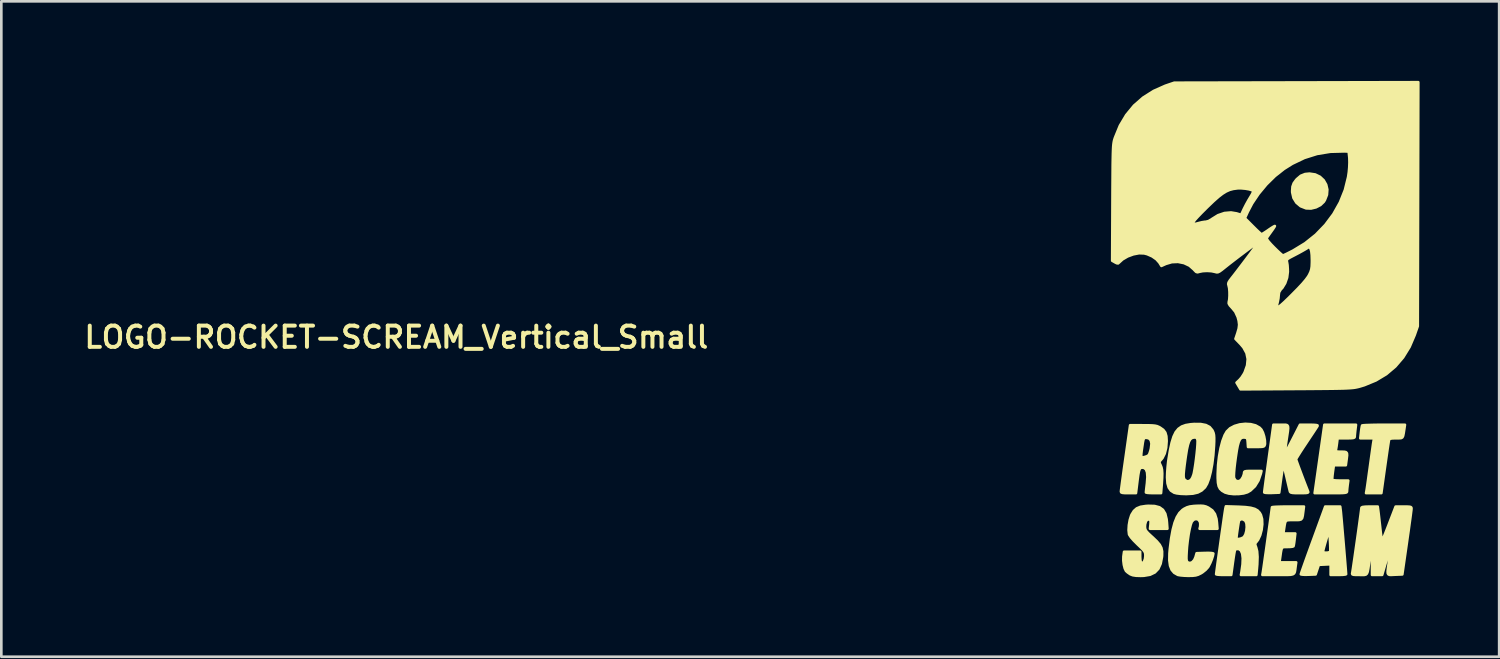
<source format=kicad_pcb>
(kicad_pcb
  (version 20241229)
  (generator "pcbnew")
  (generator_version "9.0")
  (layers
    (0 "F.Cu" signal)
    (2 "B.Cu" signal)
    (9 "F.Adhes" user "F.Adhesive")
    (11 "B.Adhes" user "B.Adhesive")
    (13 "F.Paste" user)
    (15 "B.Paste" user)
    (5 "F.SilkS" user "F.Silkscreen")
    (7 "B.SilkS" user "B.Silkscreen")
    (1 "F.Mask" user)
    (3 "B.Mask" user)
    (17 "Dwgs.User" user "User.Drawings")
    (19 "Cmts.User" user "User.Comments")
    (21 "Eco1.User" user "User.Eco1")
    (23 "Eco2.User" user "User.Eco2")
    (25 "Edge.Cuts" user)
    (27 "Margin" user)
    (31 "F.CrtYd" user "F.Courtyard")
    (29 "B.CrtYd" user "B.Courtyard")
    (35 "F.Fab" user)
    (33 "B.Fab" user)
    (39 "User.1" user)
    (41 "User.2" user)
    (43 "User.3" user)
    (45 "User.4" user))
  (footprint "LOGO-ROCKET-SCREAM_Vertical_Small"
    (layer "F.Cu")
    (at 44.663 9.667)
    (property "Reference" "LOGO-ROCKET-SCREAM_Vertical_Small" (at -32.766 0 0) (layer "F.SilkS") (effects (font (size 0.8 0.8) (thickness 0.15))))
    (attr through_hole)
    (fp_poly (pts (xy 2.34 -5.568) (xy 2.326 -5.371) (xy 2.249 -5.174) (xy 2.207 -5.107) (xy 2.081 -4.986) (xy 1.912 -4.899) (xy 1.725 -4.854) (xy 1.544 -4.861) (xy 1.537 -4.862) (xy 1.333 -4.942) (xy 1.174 -5.076) (xy 1.066 -5.252) (xy 1.018 -5.462) (xy 1.016 -5.514) (xy 1.028 -5.678) (xy 1.074 -5.807) (xy 1.165 -5.932) (xy 1.193 -5.963) (xy 1.34 -6.088) (xy 1.503 -6.153) (xy 1.669 -6.169) (xy 1.883 -6.137) (xy 2.063 -6.05) (xy 2.203 -5.919) (xy 2.297 -5.754) (xy 2.34 -5.568)) (stroke (width 0.1) (type solid)) (fill yes) (layer "F.SilkS"))
    (fp_poly (pts (xy 5.268 3.302) (xy 5.245 3.456) (xy 5.22 3.618) (xy 5.199 3.721) (xy 5.17 3.779) (xy 5.122 3.804) (xy 5.042 3.81) (xy 4.934 3.81) (xy 4.798 3.813) (xy 4.719 3.825) (xy 4.679 3.849) (xy 4.668 3.873) (xy 4.658 3.925) (xy 4.64 4.039) (xy 4.615 4.204) (xy 4.585 4.411) (xy 4.551 4.649) (xy 4.514 4.908) (xy 4.378 5.878) (xy 4.09 5.878) (xy 3.802 5.878) (xy 3.823 5.76) (xy 3.834 5.691) (xy 3.853 5.561) (xy 3.878 5.384) (xy 3.907 5.172) (xy 3.94 4.936) (xy 3.955 4.826) (xy 3.988 4.585) (xy 4.019 4.363) (xy 4.046 4.172) (xy 4.067 4.024) (xy 4.082 3.931) (xy 4.086 3.91) (xy 4.106 3.81) (xy 3.846 3.81) (xy 3.585 3.81) (xy 3.611 3.583) (xy 3.627 3.461) (xy 3.643 3.368) (xy 3.653 3.329) (xy 3.692 3.321) (xy 3.794 3.314) (xy 3.946 3.309) (xy 4.14 3.304) (xy 4.363 3.302) (xy 4.468 3.302) (xy 5.268 3.302)) (stroke (width 0.1) (type solid)) (fill yes) (layer "F.SilkS"))
    (fp_poly (pts (xy 3.421 3.302) (xy 3.398 3.493) (xy 3.385 3.614) (xy 3.376 3.712) (xy 3.375 3.747) (xy 3.367 3.777) (xy 3.333 3.796) (xy 3.261 3.806) (xy 3.136 3.81) (xy 3.051 3.81) (xy 2.728 3.81) (xy 2.704 4) (xy 2.687 4.122) (xy 2.67 4.221) (xy 2.662 4.255) (xy 2.661 4.29) (xy 2.692 4.309) (xy 2.771 4.317) (xy 2.864 4.318) (xy 2.977 4.32) (xy 3.046 4.334) (xy 3.08 4.374) (xy 3.086 4.453) (xy 3.071 4.585) (xy 3.061 4.658) (xy 3.038 4.826) (xy 2.812 4.826) (xy 2.587 4.826) (xy 2.55 5.089) (xy 2.534 5.221) (xy 2.526 5.324) (xy 2.528 5.377) (xy 2.529 5.379) (xy 2.57 5.392) (xy 2.665 5.402) (xy 2.796 5.406) (xy 2.837 5.407) (xy 3.13 5.407) (xy 3.107 5.575) (xy 3.093 5.692) (xy 3.085 5.787) (xy 3.084 5.811) (xy 3.08 5.836) (xy 3.06 5.853) (xy 3.014 5.865) (xy 2.933 5.873) (xy 2.806 5.877) (xy 2.622 5.878) (xy 2.474 5.878) (xy 1.864 5.878) (xy 2.047 4.59) (xy 2.23 3.302) (xy 2.826 3.302) (xy 3.421 3.302)) (stroke (width 0.1) (type solid)) (fill yes) (layer "F.SilkS"))
    (fp_poly (pts (xy 3.048 8.936) (xy 3.015 8.948) (xy 2.926 8.958) (xy 2.799 8.962) (xy 2.758 8.963) (xy 2.467 8.963) (xy 2.467 8.761) (xy 2.467 8.56) (xy 2.455 8.561) (xy 2.455 8.03) (xy 2.454 7.921) (xy 2.448 7.774) (xy 2.44 7.64) (xy 2.413 7.243) (xy 2.295 7.646) (xy 2.248 7.809) (xy 2.21 7.948) (xy 2.185 8.047) (xy 2.177 8.089) (xy 2.208 8.116) (xy 2.279 8.127) (xy 2.363 8.122) (xy 2.43 8.103) (xy 2.45 8.083) (xy 2.455 8.03) (xy 2.455 8.561) (xy 2.244 8.571) (xy 2.02 8.582) (xy 1.959 8.763) (xy 1.899 8.944) (xy 1.621 8.955) (xy 1.489 8.957) (xy 1.391 8.951) (xy 1.344 8.941) (xy 1.343 8.937) (xy 1.355 8.898) (xy 1.389 8.798) (xy 1.443 8.646) (xy 1.513 8.448) (xy 1.597 8.214) (xy 1.693 7.949) (xy 1.797 7.663) (xy 1.803 7.648) (xy 2.263 6.386) (xy 2.544 6.386) (xy 2.826 6.386) (xy 2.846 6.54) (xy 2.853 6.604) (xy 2.864 6.727) (xy 2.88 6.899) (xy 2.898 7.108) (xy 2.918 7.345) (xy 2.94 7.599) (xy 2.962 7.858) (xy 2.983 8.112) (xy 3.003 8.35) (xy 3.02 8.562) (xy 3.034 8.736) (xy 3.043 8.862) (xy 3.048 8.93) (xy 3.048 8.936)) (stroke (width 0.1) (type solid)) (fill yes) (layer "F.SilkS"))
    (fp_poly (pts (xy 1.458 6.386) (xy 1.434 6.577) (xy 1.414 6.728) (xy 1.391 6.821) (xy 1.35 6.871) (xy 1.274 6.891) (xy 1.148 6.894) (xy 1.071 6.894) (xy 0.929 6.894) (xy 0.837 6.9) (xy 0.782 6.926) (xy 0.751 6.985) (xy 0.73 7.09) (xy 0.706 7.248) (xy 0.683 7.402) (xy 0.908 7.402) (xy 1.132 7.402) (xy 1.106 7.629) (xy 1.09 7.752) (xy 1.075 7.844) (xy 1.064 7.883) (xy 1.022 7.898) (xy 0.93 7.908) (xy 0.836 7.91) (xy 0.742 7.91) (xy 0.678 7.916) (xy 0.637 7.942) (xy 0.611 7.999) (xy 0.591 8.099) (xy 0.569 8.255) (xy 0.56 8.319) (xy 0.536 8.491) (xy 0.851 8.491) (xy 1.166 8.491) (xy 1.142 8.663) (xy 1.128 8.773) (xy 1.114 8.852) (xy 1.089 8.905) (xy 1.041 8.938) (xy 0.961 8.956) (xy 0.838 8.962) (xy 0.661 8.963) (xy 0.488 8.963) (xy -0.107 8.963) (xy -0.089 8.863) (xy -0.08 8.801) (xy -0.062 8.682) (xy -0.038 8.513) (xy -0.009 8.307) (xy 0.025 8.073) (xy 0.06 7.822) (xy 0.096 7.564) (xy 0.132 7.308) (xy 0.166 7.066) (xy 0.196 6.847) (xy 0.221 6.663) (xy 0.24 6.522) (xy 0.252 6.435) (xy 0.254 6.413) (xy 0.288 6.404) (xy 0.383 6.396) (xy 0.527 6.391) (xy 0.707 6.387) (xy 0.856 6.386) (xy 1.458 6.386)) (stroke (width 0.1) (type solid)) (fill yes) (layer "F.SilkS"))
    (fp_poly (pts (xy -1.804 7.221) (xy -2.14 7.221) (xy -2.475 7.221) (xy -2.453 7.133) (xy -2.449 7.03) (xy -2.466 6.951) (xy -2.526 6.875) (xy -2.612 6.852) (xy -2.702 6.881) (xy -2.773 6.961) (xy -2.812 7.068) (xy -2.852 7.232) (xy -2.891 7.437) (xy -2.924 7.667) (xy -2.951 7.907) (xy -2.963 8.074) (xy -2.972 8.244) (xy -2.973 8.356) (xy -2.964 8.426) (xy -2.944 8.468) (xy -2.923 8.49) (xy -2.841 8.518) (xy -2.755 8.486) (xy -2.678 8.403) (xy -2.628 8.29) (xy -2.588 8.146) (xy -2.274 8.136) (xy -2.133 8.134) (xy -2.025 8.14) (xy -1.966 8.151) (xy -1.959 8.157) (xy -1.976 8.248) (xy -2.017 8.376) (xy -2.073 8.512) (xy -2.134 8.632) (xy -2.158 8.671) (xy -2.248 8.77) (xy -2.368 8.866) (xy -2.428 8.903) (xy -2.53 8.953) (xy -2.625 8.981) (xy -2.74 8.994) (xy -2.902 8.997) (xy -2.908 8.997) (xy -3.061 8.991) (xy -3.196 8.979) (xy -3.288 8.963) (xy -3.302 8.958) (xy -3.434 8.882) (xy -3.529 8.77) (xy -3.589 8.616) (xy -3.616 8.412) (xy -3.612 8.152) (xy -3.596 7.973) (xy -3.547 7.583) (xy -3.488 7.259) (xy -3.418 6.996) (xy -3.335 6.788) (xy -3.237 6.629) (xy -3.121 6.513) (xy -3.058 6.47) (xy -2.95 6.416) (xy -2.838 6.383) (xy -2.694 6.365) (xy -2.598 6.359) (xy -2.439 6.355) (xy -2.326 6.362) (xy -2.235 6.386) (xy -2.142 6.429) (xy -1.996 6.531) (xy -1.898 6.667) (xy -1.841 6.849) (xy -1.823 6.987) (xy -1.804 7.221)) (stroke (width 0.1) (type solid)) (fill yes) (layer "F.SilkS"))
    (fp_poly (pts (xy -0.01 4.019) (xy -0.015 4.048) (xy -0.03 4.091) (xy -0.058 4.117) (xy -0.115 4.131) (xy -0.216 4.136) (xy -0.343 4.137) (xy -0.649 4.137) (xy -0.66 3.964) (xy -0.67 3.86) (xy -0.692 3.807) (xy -0.74 3.786) (xy -0.787 3.781) (xy -0.856 3.782) (xy -0.913 3.806) (xy -0.96 3.861) (xy -1.001 3.953) (xy -1.039 4.089) (xy -1.075 4.278) (xy -1.112 4.526) (xy -1.142 4.749) (xy -1.163 4.931) (xy -1.177 5.096) (xy -1.183 5.225) (xy -1.179 5.301) (xy -1.179 5.301) (xy -1.129 5.396) (xy -1.042 5.434) (xy -0.965 5.421) (xy -0.9 5.366) (xy -0.84 5.27) (xy -0.803 5.163) (xy -0.798 5.118) (xy -0.793 5.083) (xy -0.769 5.061) (xy -0.711 5.049) (xy -0.607 5.044) (xy -0.471 5.044) (xy -0.144 5.044) (xy -0.167 5.144) (xy -0.256 5.404) (xy -0.388 5.619) (xy -0.558 5.78) (xy -0.671 5.846) (xy -0.815 5.889) (xy -0.997 5.912) (xy -1.19 5.915) (xy -1.37 5.896) (xy -1.509 5.857) (xy -1.521 5.851) (xy -1.63 5.787) (xy -1.706 5.714) (xy -1.755 5.619) (xy -1.782 5.488) (xy -1.792 5.307) (xy -1.792 5.159) (xy -1.777 4.821) (xy -1.74 4.493) (xy -1.685 4.188) (xy -1.615 3.918) (xy -1.531 3.696) (xy -1.451 3.556) (xy -1.327 3.435) (xy -1.158 3.346) (xy -0.962 3.289) (xy -0.753 3.267) (xy -0.548 3.279) (xy -0.364 3.326) (xy -0.215 3.41) (xy -0.146 3.482) (xy -0.088 3.595) (xy -0.042 3.742) (xy -0.014 3.893) (xy -0.01 4.019)) (stroke (width 0.1) (type solid)) (fill yes) (layer "F.SilkS"))
    (fp_poly (pts (xy -1.926 3.795) (xy -1.927 3.94) (xy -1.934 4.098) (xy -1.96 4.451) (xy -2.001 4.78) (xy -2.055 5.074) (xy -2.119 5.325) (xy -2.193 5.524) (xy -2.272 5.659) (xy -2.276 5.663) (xy -2.398 5.778) (xy -2.544 5.855) (xy -2.55 5.856) (xy -2.55 3.916) (xy -2.554 3.87) (xy -2.582 3.8) (xy -2.634 3.778) (xy -2.695 3.781) (xy -2.767 3.799) (xy -2.825 3.846) (xy -2.874 3.929) (xy -2.916 4.056) (xy -2.956 4.236) (xy -2.995 4.477) (xy -3.01 4.581) (xy -3.044 4.83) (xy -3.066 5.017) (xy -3.078 5.154) (xy -3.079 5.249) (xy -3.07 5.314) (xy -3.05 5.358) (xy -3.027 5.386) (xy -2.941 5.438) (xy -2.853 5.419) (xy -2.798 5.374) (xy -2.749 5.298) (xy -2.706 5.184) (xy -2.692 5.129) (xy -2.663 4.974) (xy -2.634 4.787) (xy -2.607 4.584) (xy -2.583 4.38) (xy -2.564 4.19) (xy -2.553 4.031) (xy -2.55 3.916) (xy -2.55 5.856) (xy -2.729 5.898) (xy -2.967 5.912) (xy -2.994 5.912) (xy -3.187 5.905) (xy -3.343 5.886) (xy -3.437 5.861) (xy -3.558 5.784) (xy -3.639 5.67) (xy -3.685 5.51) (xy -3.701 5.292) (xy -3.701 5.27) (xy -3.695 5.095) (xy -3.679 4.884) (xy -3.656 4.674) (xy -3.645 4.599) (xy -3.588 4.253) (xy -3.527 3.972) (xy -3.458 3.75) (xy -3.376 3.58) (xy -3.275 3.456) (xy -3.151 3.369) (xy -2.998 3.314) (xy -2.812 3.283) (xy -2.682 3.273) (xy -2.432 3.275) (xy -2.24 3.312) (xy -2.098 3.386) (xy -2 3.501) (xy -1.979 3.54) (xy -1.95 3.612) (xy -1.933 3.691) (xy -1.926 3.795)) (stroke (width 0.1) (type solid)) (fill yes) (layer "F.SilkS"))
    (fp_poly (pts (xy -3.691 7.221) (xy -4.018 7.221) (xy -4.345 7.221) (xy -4.327 7.058) (xy -4.321 6.952) (xy -4.336 6.896) (xy -4.373 6.871) (xy -4.445 6.875) (xy -4.5 6.94) (xy -4.531 7.055) (xy -4.536 7.133) (xy -4.533 7.204) (xy -4.516 7.263) (xy -4.478 7.323) (xy -4.407 7.399) (xy -4.294 7.504) (xy -4.248 7.545) (xy -4.088 7.698) (xy -3.98 7.826) (xy -3.917 7.946) (xy -3.89 8.075) (xy -3.891 8.23) (xy -3.896 8.287) (xy -3.944 8.538) (xy -4.031 8.731) (xy -4.163 8.868) (xy -4.343 8.955) (xy -4.577 8.995) (xy -4.698 8.999) (xy -4.873 8.993) (xy -4.996 8.974) (xy -5.086 8.939) (xy -5.098 8.932) (xy -5.186 8.871) (xy -5.249 8.815) (xy -5.251 8.813) (xy -5.297 8.719) (xy -5.332 8.581) (xy -5.351 8.424) (xy -5.349 8.276) (xy -5.347 8.257) (xy -5.324 8.092) (xy -5.021 8.092) (xy -4.717 8.092) (xy -4.717 8.289) (xy -4.71 8.403) (xy -4.693 8.486) (xy -4.677 8.511) (xy -4.62 8.513) (xy -4.568 8.457) (xy -4.533 8.358) (xy -4.521 8.257) (xy -4.522 8.183) (xy -4.533 8.123) (xy -4.565 8.065) (xy -4.625 7.994) (xy -4.724 7.896) (xy -4.815 7.81) (xy -4.959 7.666) (xy -5.066 7.544) (xy -5.127 7.452) (xy -5.137 7.426) (xy -5.153 7.273) (xy -5.142 7.084) (xy -5.108 6.891) (xy -5.055 6.723) (xy -5.039 6.687) (xy -4.953 6.55) (xy -4.846 6.455) (xy -4.703 6.396) (xy -4.511 6.366) (xy -4.412 6.359) (xy -4.172 6.366) (xy -3.99 6.414) (xy -3.858 6.509) (xy -3.77 6.656) (xy -3.721 6.861) (xy -3.709 6.97) (xy -3.691 7.221)) (stroke (width 0.1) (type solid)) (fill yes) (layer "F.SilkS"))
    (fp_poly (pts (xy -0.113 7.055) (xy -0.138 7.265) (xy -0.192 7.467) (xy -0.271 7.637) (xy -0.329 7.713) (xy -0.373 7.769) (xy -0.38 7.821) (xy -0.353 7.902) (xy -0.345 7.921) (xy -0.307 8.072) (xy -0.292 8.284) (xy -0.301 8.561) (xy -0.314 8.718) (xy -0.337 8.963) (xy -0.626 8.963) (xy -0.697 8.963) (xy -0.697 7.163) (xy -0.706 7.029) (xy -0.742 6.933) (xy -0.749 6.924) (xy -0.832 6.868) (xy -0.916 6.861) (xy -0.979 6.901) (xy -0.996 6.94) (xy -1.011 7.022) (xy -1.03 7.144) (xy -1.051 7.284) (xy -1.07 7.419) (xy -1.083 7.527) (xy -1.089 7.586) (xy -1.06 7.61) (xy -0.99 7.609) (xy -0.904 7.588) (xy -0.828 7.552) (xy -0.805 7.534) (xy -0.749 7.44) (xy -0.712 7.308) (xy -0.697 7.163) (xy -0.697 8.963) (xy -0.915 8.963) (xy -0.894 8.845) (xy -0.855 8.565) (xy -0.846 8.336) (xy -0.867 8.16) (xy -0.917 8.043) (xy -0.996 7.987) (xy -1.03 7.983) (xy -1.106 7.994) (xy -1.139 8.013) (xy -1.151 8.059) (xy -1.17 8.161) (xy -1.193 8.307) (xy -1.218 8.48) (xy -1.221 8.503) (xy -1.284 8.963) (xy -1.568 8.963) (xy -1.7 8.96) (xy -1.8 8.952) (xy -1.848 8.941) (xy -1.851 8.938) (xy -1.846 8.893) (xy -1.832 8.786) (xy -1.811 8.628) (xy -1.784 8.43) (xy -1.752 8.2) (xy -1.717 7.951) (xy -1.681 7.691) (xy -1.645 7.432) (xy -1.609 7.183) (xy -1.577 6.956) (xy -1.549 6.76) (xy -1.526 6.605) (xy -1.51 6.502) (xy -1.504 6.464) (xy -1.484 6.378) (xy -1.005 6.393) (xy -0.744 6.407) (xy -0.545 6.433) (xy -0.396 6.474) (xy -0.288 6.535) (xy -0.21 6.619) (xy -0.164 6.699) (xy -0.12 6.858) (xy -0.113 7.055)) (stroke (width 0.1) (type solid)) (fill yes) (layer "F.SilkS"))
    (fp_poly (pts (xy 1.973 3.347) (xy 1.973 3.347) (xy 1.945 3.391) (xy 1.884 3.484) (xy 1.796 3.618) (xy 1.687 3.781) (xy 1.565 3.965) (xy 1.554 3.982) (xy 1.432 4.165) (xy 1.326 4.328) (xy 1.242 4.462) (xy 1.185 4.556) (xy 1.161 4.601) (xy 1.161 4.602) (xy 1.173 4.643) (xy 1.207 4.738) (xy 1.257 4.876) (xy 1.32 5.044) (xy 1.389 5.229) (xy 1.461 5.419) (xy 1.531 5.6) (xy 1.594 5.761) (xy 1.615 5.815) (xy 1.621 5.844) (xy 1.601 5.863) (xy 1.544 5.873) (xy 1.437 5.877) (xy 1.294 5.878) (xy 1.131 5.877) (xy 1.026 5.87) (xy 0.966 5.856) (xy 0.938 5.832) (xy 0.931 5.815) (xy 0.916 5.755) (xy 0.889 5.642) (xy 0.854 5.492) (xy 0.817 5.334) (xy 0.777 5.163) (xy 0.741 5.012) (xy 0.713 4.899) (xy 0.698 4.844) (xy 0.685 4.851) (xy 0.666 4.921) (xy 0.641 5.046) (xy 0.614 5.218) (xy 0.6 5.316) (xy 0.526 5.86) (xy 0.245 5.871) (xy 0.112 5.872) (xy 0.013 5.867) (xy -0.036 5.856) (xy -0.038 5.853) (xy -0.034 5.811) (xy -0.021 5.706) (xy 0.000173 5.546) (xy 0.028 5.339) (xy 0.061 5.094) (xy 0.099 4.819) (xy 0.134 4.563) (xy 0.308 3.302) (xy 0.59 3.302) (xy 0.7 3.301) (xy 0.779 3.303) (xy 0.83 3.319) (xy 0.857 3.36) (xy 0.863 3.435) (xy 0.851 3.554) (xy 0.825 3.727) (xy 0.799 3.9) (xy 0.774 4.075) (xy 0.755 4.223) (xy 0.743 4.329) (xy 0.74 4.379) (xy 0.741 4.381) (xy 0.76 4.355) (xy 0.807 4.273) (xy 0.875 4.148) (xy 0.958 3.989) (xy 1.031 3.847) (xy 1.31 3.302) (xy 1.655 3.302) (xy 1.82 3.304) (xy 1.922 3.312) (xy 1.97 3.325) (xy 1.973 3.347)) (stroke (width 0.1) (type solid)) (fill yes) (layer "F.SilkS"))
    (fp_poly (pts (xy -3.719 3.915) (xy -3.738 4.169) (xy -3.792 4.387) (xy -3.876 4.555) (xy -3.915 4.603) (xy -3.975 4.671) (xy -3.99 4.722) (xy -3.965 4.79) (xy -3.946 4.828) (xy -3.913 4.91) (xy -3.893 5.009) (xy -3.885 5.137) (xy -3.889 5.309) (xy -3.903 5.536) (xy -3.906 5.579) (xy -3.93 5.878) (xy -4.215 5.878) (xy -4.289 5.876) (xy -4.289 4.014) (xy -4.316 3.885) (xy -4.388 3.811) (xy -4.482 3.792) (xy -4.536 3.795) (xy -4.57 3.813) (xy -4.593 3.86) (xy -4.613 3.953) (xy -4.632 4.082) (xy -4.66 4.272) (xy -4.675 4.401) (xy -4.676 4.48) (xy -4.661 4.52) (xy -4.629 4.531) (xy -4.578 4.524) (xy -4.563 4.521) (xy -4.467 4.491) (xy -4.4 4.452) (xy -4.4 4.452) (xy -4.367 4.392) (xy -4.332 4.288) (xy -4.31 4.196) (xy -4.289 4.014) (xy -4.289 5.876) (xy -4.348 5.875) (xy -4.448 5.867) (xy -4.497 5.855) (xy -4.499 5.851) (xy -4.495 5.805) (xy -4.484 5.705) (xy -4.468 5.57) (xy -4.461 5.515) (xy -4.443 5.273) (xy -4.456 5.094) (xy -4.501 4.978) (xy -4.578 4.923) (xy -4.624 4.917) (xy -4.675 4.921) (xy -4.713 4.939) (xy -4.742 4.983) (xy -4.766 5.061) (xy -4.789 5.186) (xy -4.813 5.366) (xy -4.829 5.495) (xy -4.876 5.878) (xy -5.159 5.878) (xy -5.303 5.876) (xy -5.388 5.868) (xy -5.43 5.851) (xy -5.441 5.821) (xy -5.441 5.815) (xy -5.436 5.765) (xy -5.421 5.652) (xy -5.399 5.485) (xy -5.37 5.272) (xy -5.336 5.023) (xy -5.297 4.747) (xy -5.267 4.536) (xy -5.095 3.32) (xy -4.607 3.321) (xy -4.405 3.322) (xy -4.26 3.327) (xy -4.158 3.337) (xy -4.081 3.354) (xy -4.015 3.382) (xy -3.968 3.407) (xy -3.846 3.493) (xy -3.769 3.595) (xy -3.73 3.731) (xy -3.719 3.915)) (stroke (width 0.1) (type solid)) (fill yes) (layer "F.SilkS"))
    (fp_poly (pts (xy 5.514 6.468) (xy 5.509 6.523) (xy 5.494 6.64) (xy 5.472 6.811) (xy 5.442 7.026) (xy 5.408 7.277) (xy 5.368 7.554) (xy 5.341 7.747) (xy 5.169 8.944) (xy 4.889 8.955) (xy 4.777 8.961) (xy 4.698 8.961) (xy 4.647 8.946) (xy 4.621 8.906) (xy 4.616 8.83) (xy 4.629 8.709) (xy 4.655 8.532) (xy 4.678 8.382) (xy 4.702 8.21) (xy 4.722 8.066) (xy 4.733 7.965) (xy 4.736 7.919) (xy 4.736 7.918) (xy 4.722 7.946) (xy 4.691 8.033) (xy 4.647 8.168) (xy 4.592 8.342) (xy 4.532 8.542) (xy 4.475 8.736) (xy 4.409 8.962) (xy 4.218 8.963) (xy 4.028 8.963) (xy 4.028 8.43) (xy 4.027 8.245) (xy 4.024 8.089) (xy 4.02 7.976) (xy 4.015 7.918) (xy 4.013 7.913) (xy 4.002 7.953) (xy 3.984 8.05) (xy 3.962 8.189) (xy 3.939 8.346) (xy 3.908 8.57) (xy 3.884 8.733) (xy 3.862 8.844) (xy 3.834 8.912) (xy 3.796 8.949) (xy 3.74 8.963) (xy 3.661 8.964) (xy 3.553 8.963) (xy 3.552 8.963) (xy 3.409 8.962) (xy 3.325 8.956) (xy 3.286 8.941) (xy 3.277 8.913) (xy 3.283 8.881) (xy 3.292 8.826) (xy 3.31 8.711) (xy 3.334 8.546) (xy 3.364 8.342) (xy 3.397 8.109) (xy 3.433 7.857) (xy 3.47 7.597) (xy 3.506 7.34) (xy 3.54 7.095) (xy 3.57 6.874) (xy 3.596 6.685) (xy 3.615 6.541) (xy 3.626 6.452) (xy 3.629 6.427) (xy 3.664 6.404) (xy 3.77 6.391) (xy 3.935 6.386) (xy 4.241 6.386) (xy 4.262 6.54) (xy 4.274 6.635) (xy 4.291 6.783) (xy 4.311 6.964) (xy 4.333 7.159) (xy 4.335 7.18) (xy 4.355 7.359) (xy 4.374 7.51) (xy 4.389 7.621) (xy 4.4 7.676) (xy 4.401 7.679) (xy 4.418 7.652) (xy 4.456 7.566) (xy 4.512 7.433) (xy 4.58 7.262) (xy 4.658 7.063) (xy 4.666 7.041) (xy 4.917 6.388) (xy 5.216 6.387) (xy 5.363 6.388) (xy 5.452 6.394) (xy 5.497 6.408) (xy 5.513 6.436) (xy 5.514 6.468)) (stroke (width 0.1) (type solid)) (fill yes) (layer "F.SilkS"))
    (fp_poly (pts (xy 5.771 -9.617) (xy 5.761 -5.017) (xy 5.751 -0.417) (xy 5.633 -0.078) (xy 5.443 0.366) (xy 5.2 0.76) (xy 4.907 1.102) (xy 4.565 1.392) (xy 4.174 1.627) (xy 3.738 1.807) (xy 3.574 1.857) (xy 3.511 1.874) (xy 3.449 1.888) (xy 3.382 1.901) (xy 3.304 1.911) (xy 3.209 1.919) (xy 3.176 1.921) (xy 3.176 -6.593) (xy 3.172 -6.749) (xy 3.17 -6.78) (xy 3.147 -7.003) (xy 2.979 -7.009) (xy 2.454 -6.995) (xy 1.954 -6.913) (xy 1.476 -6.762) (xy 1.017 -6.542) (xy 0.708 -6.348) (xy 0.367 -6.079) (xy 0.043 -5.76) (xy -0.25 -5.407) (xy -0.453 -5.105) (xy -0.453 -5.514) (xy -0.507 -5.548) (xy -0.613 -5.579) (xy -0.751 -5.603) (xy -0.899 -5.616) (xy -1.037 -5.616) (xy -1.054 -5.614) (xy -1.204 -5.594) (xy -1.341 -5.558) (xy -1.474 -5.499) (xy -1.614 -5.412) (xy -1.771 -5.291) (xy -1.954 -5.128) (xy -2.173 -4.918) (xy -2.217 -4.875) (xy -2.41 -4.682) (xy -2.553 -4.533) (xy -2.651 -4.424) (xy -2.706 -4.351) (xy -2.723 -4.308) (xy -2.72 -4.298) (xy -2.68 -4.274) (xy -2.61 -4.279) (xy -2.515 -4.304) (xy -2.39 -4.335) (xy -2.275 -4.353) (xy -2.242 -4.354) (xy -2.138 -4.38) (xy -2.021 -4.447) (xy -2.003 -4.462) (xy -1.779 -4.601) (xy -1.537 -4.683) (xy -1.291 -4.704) (xy -1.081 -4.669) (xy -0.91 -4.616) (xy -0.804 -4.844) (xy -0.723 -5.003) (xy -0.628 -5.174) (xy -0.566 -5.277) (xy -0.502 -5.385) (xy -0.461 -5.47) (xy -0.453 -5.514) (xy -0.453 -5.105) (xy -0.497 -5.038) (xy -0.656 -4.735) (xy -0.768 -4.489) (xy -0.466 -4.186) (xy -0.346 -4.067) (xy -0.244 -3.97) (xy -0.171 -3.905) (xy -0.139 -3.883) (xy -0.098 -3.902) (xy -0.015 -3.954) (xy 0.095 -4.027) (xy 0.125 -4.049) (xy 0.235 -4.123) (xy 0.318 -4.174) (xy 0.36 -4.194) (xy 0.363 -4.192) (xy 0.343 -4.154) (xy 0.291 -4.075) (xy 0.224 -3.981) (xy 0.148 -3.875) (xy 0.086 -3.787) (xy 0.057 -3.743) (xy 0.063 -3.698) (xy 0.118 -3.618) (xy 0.224 -3.498) (xy 0.33 -3.389) (xy 0.451 -3.27) (xy 0.555 -3.173) (xy 0.631 -3.107) (xy 0.666 -3.084) (xy 0.71 -3.1) (xy 0.803 -3.143) (xy 0.931 -3.207) (xy 1.056 -3.271) (xy 1.504 -3.544) (xy 1.909 -3.868) (xy 2.265 -4.237) (xy 2.57 -4.645) (xy 2.818 -5.086) (xy 3.005 -5.553) (xy 3.126 -6.041) (xy 3.153 -6.226) (xy 3.169 -6.407) (xy 3.176 -6.593) (xy 3.176 1.921) (xy 3.09 1.926) (xy 2.941 1.932) (xy 2.756 1.936) (xy 2.528 1.94) (xy 2.251 1.943) (xy 1.92 1.946) (xy 1.76 1.947) (xy 1.76 -2.903) (xy 1.754 -3.099) (xy 1.738 -3.245) (xy 1.713 -3.33) (xy 1.666 -3.413) (xy 1.513 -3.319) (xy 1.407 -3.258) (xy 1.264 -3.179) (xy 1.11 -3.098) (xy 1.077 -3.081) (xy 0.942 -3.011) (xy 0.86 -2.962) (xy 0.82 -2.923) (xy 0.81 -2.882) (xy 0.821 -2.828) (xy 0.823 -2.82) (xy 0.839 -2.72) (xy 0.848 -2.582) (xy 0.851 -2.467) (xy 0.823 -2.246) (xy 0.75 -2.036) (xy 0.643 -1.861) (xy 0.584 -1.8) (xy 0.52 -1.693) (xy 0.508 -1.6) (xy 0.497 -1.473) (xy 0.472 -1.34) (xy 0.469 -1.33) (xy 0.444 -1.226) (xy 0.439 -1.159) (xy 0.459 -1.133) (xy 0.508 -1.149) (xy 0.59 -1.209) (xy 0.71 -1.316) (xy 0.873 -1.473) (xy 1.014 -1.613) (xy 1.234 -1.836) (xy 1.404 -2.018) (xy 1.529 -2.166) (xy 1.616 -2.285) (xy 1.657 -2.355) (xy 1.707 -2.461) (xy 1.737 -2.556) (xy 1.753 -2.663) (xy 1.759 -2.807) (xy 1.76 -2.903) (xy 1.76 1.947) (xy 1.527 1.949) (xy 1.175 1.951) (xy -0.933 1.964) (xy -1.008 1.838) (xy -1.082 1.713) (xy -0.972 1.609) (xy -0.891 1.514) (xy -0.81 1.388) (xy -0.776 1.325) (xy -0.683 1.064) (xy -0.66 0.823) (xy -0.706 0.598) (xy -0.822 0.386) (xy -0.929 0.26) (xy -1.122 0.061) (xy -1.051 -0.15) (xy -1 -0.326) (xy -0.983 -0.472) (xy -1.001 -0.621) (xy -1.037 -0.759) (xy -1.129 -0.96) (xy -1.248 -1.104) (xy -1.338 -1.203) (xy -1.377 -1.273) (xy -1.375 -1.328) (xy -1.356 -1.422) (xy -1.347 -1.559) (xy -1.348 -1.71) (xy -1.359 -1.849) (xy -1.38 -1.944) (xy -1.395 -2.004) (xy -1.384 -2.062) (xy -1.339 -2.137) (xy -1.27 -2.228) (xy -1.187 -2.333) (xy -1.08 -2.472) (xy -0.956 -2.635) (xy -0.823 -2.81) (xy -0.688 -2.989) (xy -0.56 -3.16) (xy -0.447 -3.312) (xy -0.355 -3.437) (xy -0.294 -3.522) (xy -0.271 -3.556) (xy -0.257 -3.591) (xy -0.29 -3.573) (xy -0.292 -3.571) (xy -0.339 -3.536) (xy -0.432 -3.466) (xy -0.56 -3.37) (xy -0.712 -3.257) (xy -0.798 -3.192) (xy -0.982 -3.054) (xy -1.171 -2.909) (xy -1.346 -2.774) (xy -1.486 -2.663) (xy -1.516 -2.639) (xy -1.641 -2.539) (xy -1.726 -2.479) (xy -1.786 -2.451) (xy -1.837 -2.449) (xy -1.893 -2.464) (xy -2.026 -2.492) (xy -2.191 -2.502) (xy -2.354 -2.494) (xy -2.482 -2.469) (xy -2.489 -2.466) (xy -2.556 -2.449) (xy -2.608 -2.466) (xy -2.671 -2.53) (xy -2.691 -2.554) (xy -2.856 -2.699) (xy -3.061 -2.796) (xy -3.29 -2.842) (xy -3.525 -2.832) (xy -3.745 -2.767) (xy -3.916 -2.69) (xy -3.993 -2.815) (xy -4.104 -2.939) (xy -4.263 -3.05) (xy -4.449 -3.132) (xy -4.564 -3.162) (xy -4.759 -3.169) (xy -4.976 -3.127) (xy -5.191 -3.047) (xy -5.381 -2.936) (xy -5.511 -2.818) (xy -5.549 -2.785) (xy -5.599 -2.791) (xy -5.664 -2.824) (xy -5.771 -2.885) (xy -5.761 -5.08) (xy -5.759 -5.534) (xy -5.756 -5.921) (xy -5.754 -6.247) (xy -5.752 -6.519) (xy -5.748 -6.743) (xy -5.744 -6.924) (xy -5.739 -7.068) (xy -5.733 -7.182) (xy -5.725 -7.272) (xy -5.715 -7.343) (xy -5.704 -7.401) (xy -5.69 -7.453) (xy -5.673 -7.505) (xy -5.665 -7.529) (xy -5.48 -7.98) (xy -5.24 -8.382) (xy -4.949 -8.735) (xy -4.605 -9.036) (xy -4.211 -9.286) (xy -3.768 -9.483) (xy -3.683 -9.512) (xy -3.429 -9.598) (xy 1.171 -9.607) (xy 5.771 -9.617)) (stroke (width 0.1) (type solid)) (fill yes) (layer "F.SilkS")))
  (gr_rect
    (start -3 -3)
    (end 53.484 21.716)
    (stroke (width 0.1) (type default))
    (fill no)
    (layer "Edge.Cuts")))
</source>
